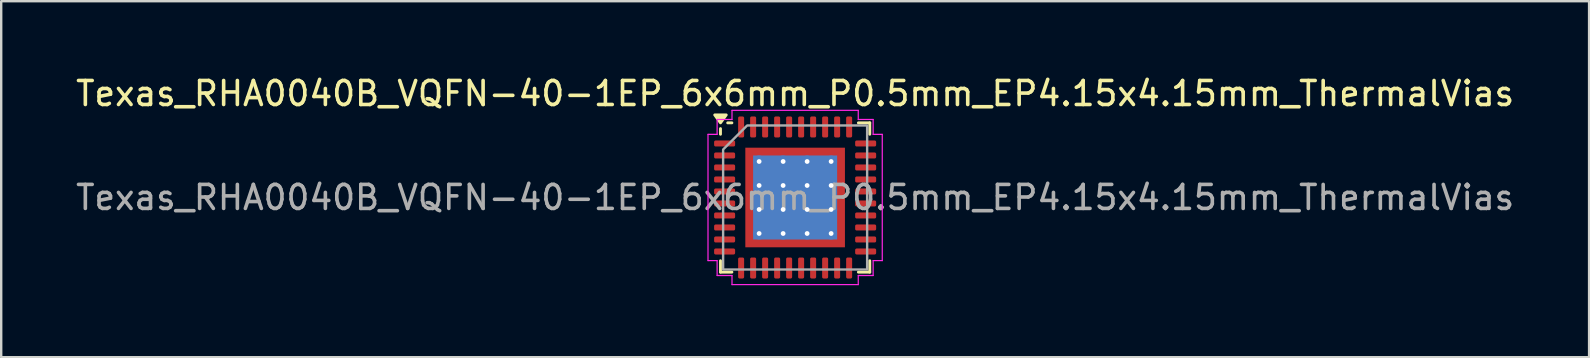
<source format=kicad_pcb>
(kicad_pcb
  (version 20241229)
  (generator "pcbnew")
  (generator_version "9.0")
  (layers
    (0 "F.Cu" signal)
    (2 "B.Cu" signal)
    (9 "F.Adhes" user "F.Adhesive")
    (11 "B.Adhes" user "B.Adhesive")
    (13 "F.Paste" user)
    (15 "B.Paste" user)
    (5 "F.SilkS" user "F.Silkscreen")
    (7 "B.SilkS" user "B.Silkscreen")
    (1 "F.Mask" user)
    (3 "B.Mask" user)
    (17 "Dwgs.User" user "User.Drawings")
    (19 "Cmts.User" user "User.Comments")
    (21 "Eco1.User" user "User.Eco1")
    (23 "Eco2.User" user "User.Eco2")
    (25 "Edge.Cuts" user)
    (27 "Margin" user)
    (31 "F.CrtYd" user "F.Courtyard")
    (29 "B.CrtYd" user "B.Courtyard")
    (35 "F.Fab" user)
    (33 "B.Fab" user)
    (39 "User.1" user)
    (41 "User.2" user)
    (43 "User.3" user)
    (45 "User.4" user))
  (footprint "Texas_RHA0040B_VQFN-40-1EP_6x6mm_P0.5mm_EP4.15x4.15mm_ThermalVias"
    (layer "F.Cu")
    (at 30.077 5.178)
    (property "Reference" "Texas_RHA0040B_VQFN-40-1EP_6x6mm_P0.5mm_EP4.15x4.15mm_ThermalVias" (at 0 -4.33 0) (layer "F.SilkS") (effects (font (size 1 1) (thickness 0.15))))
    (attr smd)
    (fp_line (start -3.11 -2.635) (end -3.11 -2.87) (stroke (width 0.12) (type solid)) (layer "F.SilkS"))
    (fp_line (start -3.11 3.11) (end -3.11 2.635) (stroke (width 0.12) (type solid)) (layer "F.SilkS"))
    (fp_line (start -2.635 -3.11) (end -2.81 -3.11) (stroke (width 0.12) (type solid)) (layer "F.SilkS"))
    (fp_line (start -2.635 3.11) (end -3.11 3.11) (stroke (width 0.12) (type solid)) (layer "F.SilkS"))
    (fp_line (start 2.635 -3.11) (end 3.11 -3.11) (stroke (width 0.12) (type solid)) (layer "F.SilkS"))
    (fp_line (start 2.635 3.11) (end 3.11 3.11) (stroke (width 0.12) (type solid)) (layer "F.SilkS"))
    (fp_line (start 3.11 -3.11) (end 3.11 -2.635) (stroke (width 0.12) (type solid)) (layer "F.SilkS"))
    (fp_line (start 3.11 3.11) (end 3.11 2.635) (stroke (width 0.12) (type solid)) (layer "F.SilkS"))
    (fp_poly (pts (xy -3.11 -3.11) (xy -3.35 -3.44) (xy -2.87 -3.44)) (stroke (width 0.12) (type solid)) (fill yes) (layer "F.SilkS"))
    (fp_line (start -3.63 -2.63) (end -3.25 -2.63) (stroke (width 0.05) (type solid)) (layer "F.CrtYd"))
    (fp_line (start -3.63 2.63) (end -3.63 -2.63) (stroke (width 0.05) (type solid)) (layer "F.CrtYd"))
    (fp_line (start -3.25 -3.25) (end -2.63 -3.25) (stroke (width 0.05) (type solid)) (layer "F.CrtYd"))
    (fp_line (start -3.25 -2.63) (end -3.25 -3.25) (stroke (width 0.05) (type solid)) (layer "F.CrtYd"))
    (fp_line (start -3.25 2.63) (end -3.63 2.63) (stroke (width 0.05) (type solid)) (layer "F.CrtYd"))
    (fp_line (start -3.25 3.25) (end -3.25 2.63) (stroke (width 0.05) (type solid)) (layer "F.CrtYd"))
    (fp_line (start -2.63 -3.63) (end 2.63 -3.63) (stroke (width 0.05) (type solid)) (layer "F.CrtYd"))
    (fp_line (start -2.63 -3.25) (end -2.63 -3.63) (stroke (width 0.05) (type solid)) (layer "F.CrtYd"))
    (fp_line (start -2.63 3.25) (end -3.25 3.25) (stroke (width 0.05) (type solid)) (layer "F.CrtYd"))
    (fp_line (start -2.63 3.63) (end -2.63 3.25) (stroke (width 0.05) (type solid)) (layer "F.CrtYd"))
    (fp_line (start 2.63 -3.63) (end 2.63 -3.25) (stroke (width 0.05) (type solid)) (layer "F.CrtYd"))
    (fp_line (start 2.63 -3.25) (end 3.25 -3.25) (stroke (width 0.05) (type solid)) (layer "F.CrtYd"))
    (fp_line (start 2.63 3.25) (end 2.63 3.63) (stroke (width 0.05) (type solid)) (layer "F.CrtYd"))
    (fp_line (start 2.63 3.63) (end -2.63 3.63) (stroke (width 0.05) (type solid)) (layer "F.CrtYd"))
    (fp_line (start 3.25 -3.25) (end 3.25 -2.63) (stroke (width 0.05) (type solid)) (layer "F.CrtYd"))
    (fp_line (start 3.25 -2.63) (end 3.63 -2.63) (stroke (width 0.05) (type solid)) (layer "F.CrtYd"))
    (fp_line (start 3.25 2.63) (end 3.25 3.25) (stroke (width 0.05) (type solid)) (layer "F.CrtYd"))
    (fp_line (start 3.25 3.25) (end 2.63 3.25) (stroke (width 0.05) (type solid)) (layer "F.CrtYd"))
    (fp_line (start 3.63 -2.63) (end 3.63 2.63) (stroke (width 0.05) (type solid)) (layer "F.CrtYd"))
    (fp_line (start 3.63 2.63) (end 3.25 2.63) (stroke (width 0.05) (type solid)) (layer "F.CrtYd"))
    (fp_poly (pts (xy -3 -2) (xy -3 3) (xy 3 3) (xy 3 -3) (xy -2 -3)) (stroke (width 0.1) (type solid)) (fill no) (layer "F.Fab"))
    (fp_text user "${REFERENCE}" (at 0 0 0) (layer "F.Fab") (effects (font (size 1 1) (thickness 0.15))))
    (pad "" smd roundrect (at -1.38 -1.38) (size 1.12 1.12) (layers "F.Paste") (roundrect_rratio 0.223))
    (pad "" smd roundrect (at -1.38 0) (size 1.12 1.12) (layers "F.Paste") (roundrect_rratio 0.223))
    (pad "" smd roundrect (at -1.38 1.38) (size 1.12 1.12) (layers "F.Paste") (roundrect_rratio 0.223))
    (pad "" smd roundrect (at 0 -1.38) (size 1.12 1.12) (layers "F.Paste") (roundrect_rratio 0.223))
    (pad "" smd roundrect (at 0 0) (size 1.12 1.12) (layers "F.Paste") (roundrect_rratio 0.223))
    (pad "" smd roundrect (at 0 1.38) (size 1.12 1.12) (layers "F.Paste") (roundrect_rratio 0.223))
    (pad "" smd roundrect (at 1.38 -1.38) (size 1.12 1.12) (layers "F.Paste") (roundrect_rratio 0.223))
    (pad "" smd roundrect (at 1.38 0) (size 1.12 1.12) (layers "F.Paste") (roundrect_rratio 0.223))
    (pad "" smd roundrect (at 1.38 1.38) (size 1.12 1.12) (layers "F.Paste") (roundrect_rratio 0.223))
    (pad "1" smd roundrect (at -2.938 -2.25) (size 0.875 0.25) (layers "F.Cu" "F.Mask" "F.Paste") (roundrect_rratio 0.25))
    (pad "2" smd roundrect (at -2.938 -1.75) (size 0.875 0.25) (layers "F.Cu" "F.Mask" "F.Paste") (roundrect_rratio 0.25))
    (pad "3" smd roundrect (at -2.938 -1.25) (size 0.875 0.25) (layers "F.Cu" "F.Mask" "F.Paste") (roundrect_rratio 0.25))
    (pad "4" smd roundrect (at -2.938 -0.75) (size 0.875 0.25) (layers "F.Cu" "F.Mask" "F.Paste") (roundrect_rratio 0.25))
    (pad "5" smd roundrect (at -2.938 -0.25) (size 0.875 0.25) (layers "F.Cu" "F.Mask" "F.Paste") (roundrect_rratio 0.25))
    (pad "6" smd roundrect (at -2.938 0.25) (size 0.875 0.25) (layers "F.Cu" "F.Mask" "F.Paste") (roundrect_rratio 0.25))
    (pad "7" smd roundrect (at -2.938 0.75) (size 0.875 0.25) (layers "F.Cu" "F.Mask" "F.Paste") (roundrect_rratio 0.25))
    (pad "8" smd roundrect (at -2.938 1.25) (size 0.875 0.25) (layers "F.Cu" "F.Mask" "F.Paste") (roundrect_rratio 0.25))
    (pad "9" smd roundrect (at -2.938 1.75) (size 0.875 0.25) (layers "F.Cu" "F.Mask" "F.Paste") (roundrect_rratio 0.25))
    (pad "10" smd roundrect (at -2.938 2.25) (size 0.875 0.25) (layers "F.Cu" "F.Mask" "F.Paste") (roundrect_rratio 0.25))
    (pad "11" smd roundrect (at -2.25 2.938) (size 0.25 0.875) (layers "F.Cu" "F.Mask" "F.Paste") (roundrect_rratio 0.25))
    (pad "12" smd roundrect (at -1.75 2.938) (size 0.25 0.875) (layers "F.Cu" "F.Mask" "F.Paste") (roundrect_rratio 0.25))
    (pad "13" smd roundrect (at -1.25 2.938) (size 0.25 0.875) (layers "F.Cu" "F.Mask" "F.Paste") (roundrect_rratio 0.25))
    (pad "14" smd roundrect (at -0.75 2.938) (size 0.25 0.875) (layers "F.Cu" "F.Mask" "F.Paste") (roundrect_rratio 0.25))
    (pad "15" smd roundrect (at -0.25 2.938) (size 0.25 0.875) (layers "F.Cu" "F.Mask" "F.Paste") (roundrect_rratio 0.25))
    (pad "16" smd roundrect (at 0.25 2.938) (size 0.25 0.875) (layers "F.Cu" "F.Mask" "F.Paste") (roundrect_rratio 0.25))
    (pad "17" smd roundrect (at 0.75 2.938) (size 0.25 0.875) (layers "F.Cu" "F.Mask" "F.Paste") (roundrect_rratio 0.25))
    (pad "18" smd roundrect (at 1.25 2.938) (size 0.25 0.875) (layers "F.Cu" "F.Mask" "F.Paste") (roundrect_rratio 0.25))
    (pad "19" smd roundrect (at 1.75 2.938) (size 0.25 0.875) (layers "F.Cu" "F.Mask" "F.Paste") (roundrect_rratio 0.25))
    (pad "20" smd roundrect (at 2.25 2.938) (size 0.25 0.875) (layers "F.Cu" "F.Mask" "F.Paste") (roundrect_rratio 0.25))
    (pad "21" smd roundrect (at 2.938 2.25) (size 0.875 0.25) (layers "F.Cu" "F.Mask" "F.Paste") (roundrect_rratio 0.25))
    (pad "22" smd roundrect (at 2.938 1.75) (size 0.875 0.25) (layers "F.Cu" "F.Mask" "F.Paste") (roundrect_rratio 0.25))
    (pad "23" smd roundrect (at 2.938 1.25) (size 0.875 0.25) (layers "F.Cu" "F.Mask" "F.Paste") (roundrect_rratio 0.25))
    (pad "24" smd roundrect (at 2.938 0.75) (size 0.875 0.25) (layers "F.Cu" "F.Mask" "F.Paste") (roundrect_rratio 0.25))
    (pad "25" smd roundrect (at 2.938 0.25) (size 0.875 0.25) (layers "F.Cu" "F.Mask" "F.Paste") (roundrect_rratio 0.25))
    (pad "26" smd roundrect (at 2.938 -0.25) (size 0.875 0.25) (layers "F.Cu" "F.Mask" "F.Paste") (roundrect_rratio 0.25))
    (pad "27" smd roundrect (at 2.938 -0.75) (size 0.875 0.25) (layers "F.Cu" "F.Mask" "F.Paste") (roundrect_rratio 0.25))
    (pad "28" smd roundrect (at 2.938 -1.25) (size 0.875 0.25) (layers "F.Cu" "F.Mask" "F.Paste") (roundrect_rratio 0.25))
    (pad "29" smd roundrect (at 2.938 -1.75) (size 0.875 0.25) (layers "F.Cu" "F.Mask" "F.Paste") (roundrect_rratio 0.25))
    (pad "30" smd roundrect (at 2.938 -2.25) (size 0.875 0.25) (layers "F.Cu" "F.Mask" "F.Paste") (roundrect_rratio 0.25))
    (pad "31" smd roundrect (at 2.25 -2.938) (size 0.25 0.875) (layers "F.Cu" "F.Mask" "F.Paste") (roundrect_rratio 0.25))
    (pad "32" smd roundrect (at 1.75 -2.938) (size 0.25 0.875) (layers "F.Cu" "F.Mask" "F.Paste") (roundrect_rratio 0.25))
    (pad "33" smd roundrect (at 1.25 -2.938) (size 0.25 0.875) (layers "F.Cu" "F.Mask" "F.Paste") (roundrect_rratio 0.25))
    (pad "34" smd roundrect (at 0.75 -2.938) (size 0.25 0.875) (layers "F.Cu" "F.Mask" "F.Paste") (roundrect_rratio 0.25))
    (pad "35" smd roundrect (at 0.25 -2.938) (size 0.25 0.875) (layers "F.Cu" "F.Mask" "F.Paste") (roundrect_rratio 0.25))
    (pad "36" smd roundrect (at -0.25 -2.938) (size 0.25 0.875) (layers "F.Cu" "F.Mask" "F.Paste") (roundrect_rratio 0.25))
    (pad "37" smd roundrect (at -0.75 -2.938) (size 0.25 0.875) (layers "F.Cu" "F.Mask" "F.Paste") (roundrect_rratio 0.25))
    (pad "38" smd roundrect (at -1.25 -2.938) (size 0.25 0.875) (layers "F.Cu" "F.Mask" "F.Paste") (roundrect_rratio 0.25))
    (pad "39" smd roundrect (at -1.75 -2.938) (size 0.25 0.875) (layers "F.Cu" "F.Mask" "F.Paste") (roundrect_rratio 0.25))
    (pad "40" smd roundrect (at -2.25 -2.938) (size 0.25 0.875) (layers "F.Cu" "F.Mask" "F.Paste") (roundrect_rratio 0.25))
    (pad "41" thru_hole circle (at -1.5 -1.5) (size 0.5 0.5) (drill 0.2) (property pad_prop_heatsink) (layers "*.Cu"))
    (pad "41" thru_hole circle (at -1.5 -0.5) (size 0.5 0.5) (drill 0.2) (property pad_prop_heatsink) (layers "*.Cu"))
    (pad "41" thru_hole circle (at -1.5 0.5) (size 0.5 0.5) (drill 0.2) (property pad_prop_heatsink) (layers "*.Cu"))
    (pad "41" thru_hole circle (at -1.5 1.5) (size 0.5 0.5) (drill 0.2) (property pad_prop_heatsink) (layers "*.Cu"))
    (pad "41" thru_hole circle (at -0.5 -1.5) (size 0.5 0.5) (drill 0.2) (property pad_prop_heatsink) (layers "*.Cu"))
    (pad "41" thru_hole circle (at -0.5 -0.5) (size 0.5 0.5) (drill 0.2) (property pad_prop_heatsink) (layers "*.Cu"))
    (pad "41" thru_hole circle (at -0.5 0.5) (size 0.5 0.5) (drill 0.2) (property pad_prop_heatsink) (layers "*.Cu"))
    (pad "41" thru_hole circle (at -0.5 1.5) (size 0.5 0.5) (drill 0.2) (property pad_prop_heatsink) (layers "*.Cu"))
    (pad "41" smd rect (at 0 0) (size 3.5 3.5) (property pad_prop_heatsink) (layers "B.Cu"))
    (pad "41" smd rect (at 0 0) (size 4.15 4.15) (property pad_prop_heatsink) (layers "F.Cu" "F.Mask"))
    (pad "41" thru_hole circle (at 0.5 -1.5) (size 0.5 0.5) (drill 0.2) (property pad_prop_heatsink) (layers "*.Cu"))
    (pad "41" thru_hole circle (at 0.5 -0.5) (size 0.5 0.5) (drill 0.2) (property pad_prop_heatsink) (layers "*.Cu"))
    (pad "41" thru_hole circle (at 0.5 0.5) (size 0.5 0.5) (drill 0.2) (property pad_prop_heatsink) (layers "*.Cu"))
    (pad "41" thru_hole circle (at 0.5 1.5) (size 0.5 0.5) (drill 0.2) (property pad_prop_heatsink) (layers "*.Cu"))
    (pad "41" thru_hole circle (at 1.5 -1.5) (size 0.5 0.5) (drill 0.2) (property pad_prop_heatsink) (layers "*.Cu"))
    (pad "41" thru_hole circle (at 1.5 -0.5) (size 0.5 0.5) (drill 0.2) (property pad_prop_heatsink) (layers "*.Cu"))
    (pad "41" thru_hole circle (at 1.5 0.5) (size 0.5 0.5) (drill 0.2) (property pad_prop_heatsink) (layers "*.Cu"))
    (pad "41" thru_hole circle (at 1.5 1.5) (size 0.5 0.5) (drill 0.2) (property pad_prop_heatsink) (layers "*.Cu")))
  (gr_rect
    (start -3 -3)
    (end 63.155 11.833)
    (stroke (width 0.1) (type default))
    (fill no)
    (layer "Edge.Cuts")))
</source>
